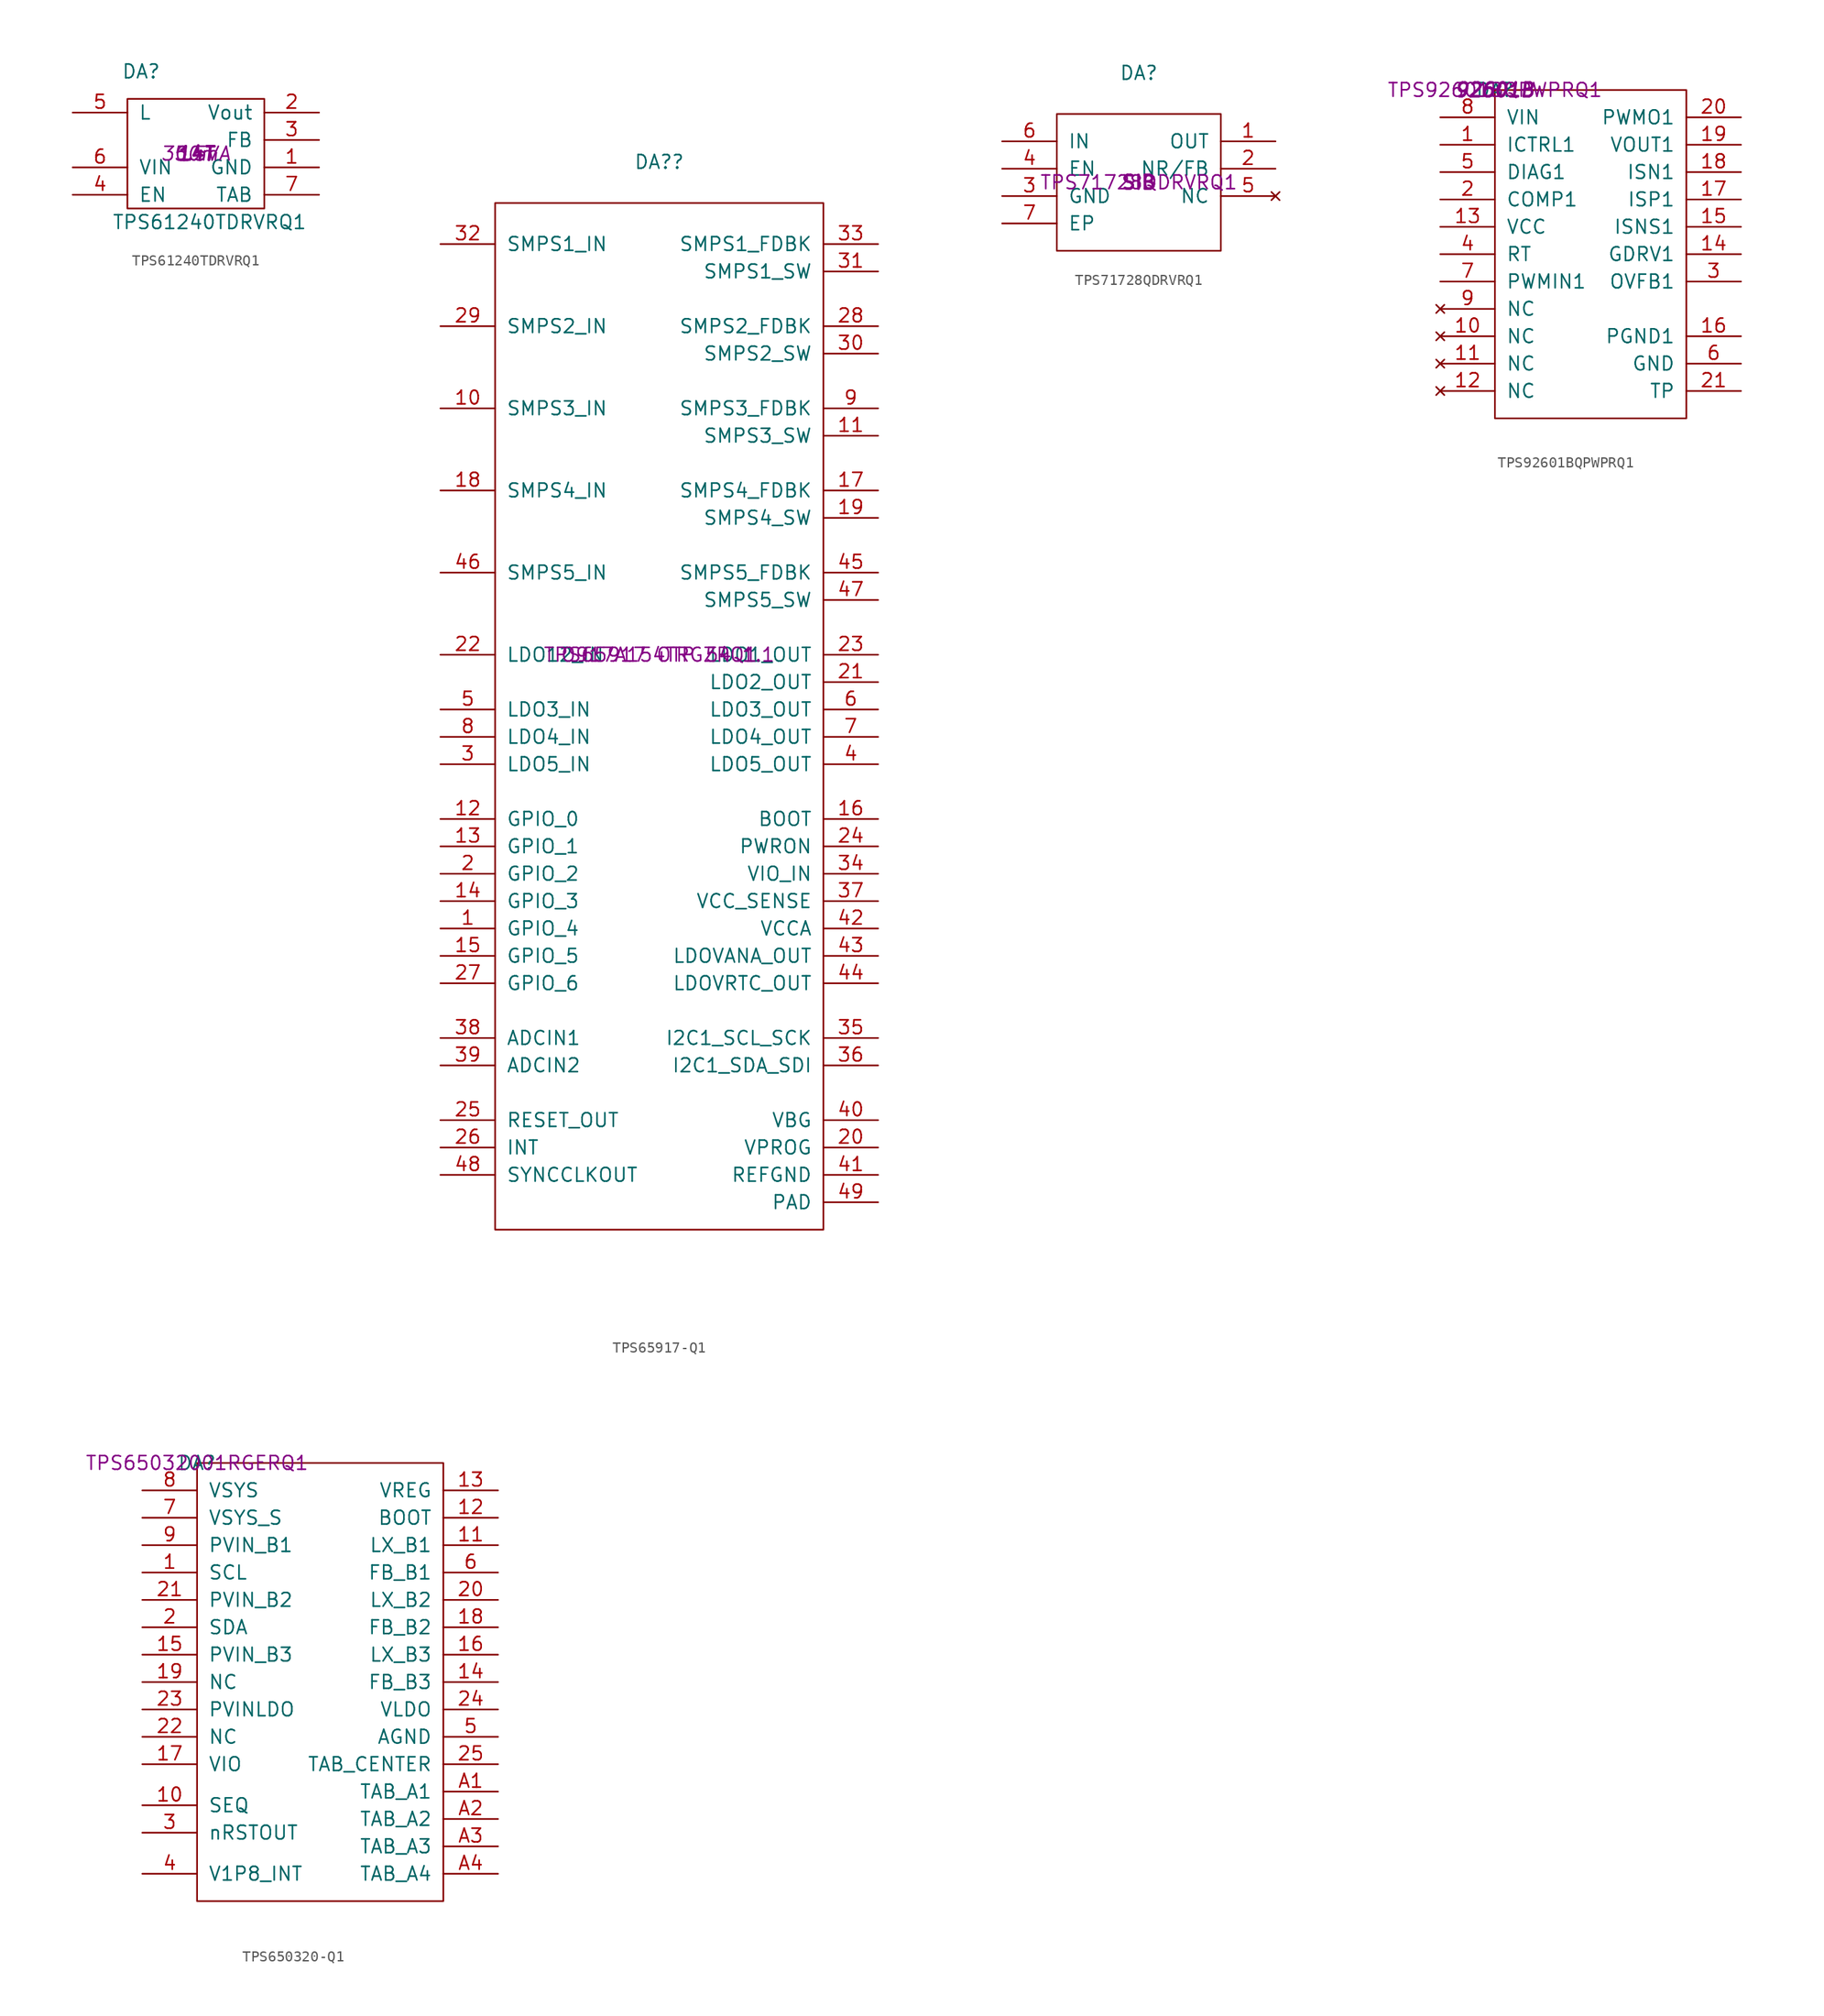
<source format=kicad_sym>
(kicad_symbol_lib
  (version 20211014)
  (generator kicad_symbol_editor)
  (symbol "TPS61240TDRVRQ1"
    (pin_names
      (offset 1.016))
    (property "Reference" "DA"
      (at -5.08 7.62 0)
      (effects (font (size 1.27 1.27))))
    (property "Value" "TPS61240TDRVRQ1"
      (at 1.27 -6.35 0)
      (effects (font (size 1.27 1.27))))
    (property "Mark" "14T"
      (at 0 0 0)
      (effects (font (size 1.27 1.27) bold italic)))
    (property "Vmax" "5.5V"
      (at 0 0 0)
      (effects (font (size 1.27 1.27) italic)))
    (property "Imax" "300mA"
      (at 0 0 0)
      (effects (font (size 1.27 1.27) italic)))
    (symbol "TPS61240TDRVRQ1_0_0"
      (rectangle (start -6.35 5.08) (end 6.35 -5.08) (stroke (width 0) (type default) (color 0 0 0 0)) (fill (type none))))
    (symbol "TPS61240TDRVRQ1_1_1"
      (pin power_in line (at 11.43 -1.27 180) (length 5.08) (name "GND" (effects (font (size 1.27 1.27)))) (number "1" (effects (font (size 1.27 1.27)))))
      (pin passive line (at 11.43 3.81 180) (length 5.08) (name "Vout" (effects (font (size 1.27 1.27)))) (number "2" (effects (font (size 1.27 1.27)))))
      (pin passive line (at 11.43 1.27 180) (length 5.08) (name "FB" (effects (font (size 1.27 1.27)))) (number "3" (effects (font (size 1.27 1.27)))))
      (pin passive line (at -11.43 -3.81 0) (length 5.08) (name "EN" (effects (font (size 1.27 1.27)))) (number "4" (effects (font (size 1.27 1.27)))))
      (pin passive line (at -11.43 3.81 0) (length 5.08) (name "L" (effects (font (size 1.27 1.27)))) (number "5" (effects (font (size 1.27 1.27)))))
      (pin passive line (at -11.43 -1.27 0) (length 5.08) (name "VIN" (effects (font (size 1.27 1.27)))) (number "6" (effects (font (size 1.27 1.27)))))
      (pin passive line (at 11.43 -3.81 180) (length 5.08) (name "TAB" (effects (font (size 1.27 1.27)))) (number "7" (effects (font (size 1.27 1.27)))))))
  (symbol "TPS65917-Q1"
    (pin_names
      (offset 1.016))
    (property "Reference" "DA?"
      (at 0 45.72 0)
      (effects (font (size 1.27 1.27))))
    (property "p/n" "O917A154TRGZRQ1"
      (at 0 0 0)
      (effects (font (size 1.27 1.27))))
    (property "Mark" "TPS65917 OTP 54 1.1"
      (at 0 0 0)
      (effects (font (size 1.27 1.27))))
    (symbol "TPS65917-Q1_0_1"
      (rectangle (start -15.24 -53.34) (end 15.24 41.91) (stroke (width 0) (type default) (color 0 0 0 0)) (fill (type none))))
    (symbol "TPS65917-Q1_1_1"
      (pin passive line (at -20.32 -25.4 0) (length 5.08) (name "GPIO_4" (effects (font (size 1.27 1.27)))) (number "1" (effects (font (size 1.27 1.27)))))
      (pin passive line (at -20.32 22.86 0) (length 5.08) (name "SMPS3_IN" (effects (font (size 1.27 1.27)))) (number "10" (effects (font (size 1.27 1.27)))))
      (pin passive line (at 20.32 20.32 180) (length 5.08) (name "SMPS3_SW" (effects (font (size 1.27 1.27)))) (number "11" (effects (font (size 1.27 1.27)))))
      (pin passive line (at -20.32 -15.24 0) (length 5.08) (name "GPIO_0" (effects (font (size 1.27 1.27)))) (number "12" (effects (font (size 1.27 1.27)))))
      (pin passive line (at -20.32 -17.78 0) (length 5.08) (name "GPIO_1" (effects (font (size 1.27 1.27)))) (number "13" (effects (font (size 1.27 1.27)))))
      (pin passive line (at -20.32 -22.86 0) (length 5.08) (name "GPIO_3" (effects (font (size 1.27 1.27)))) (number "14" (effects (font (size 1.27 1.27)))))
      (pin passive line (at -20.32 -27.94 0) (length 5.08) (name "GPIO_5" (effects (font (size 1.27 1.27)))) (number "15" (effects (font (size 1.27 1.27)))))
      (pin passive line (at 20.32 -15.24 180) (length 5.08) (name "BOOT" (effects (font (size 1.27 1.27)))) (number "16" (effects (font (size 1.27 1.27)))))
      (pin passive line (at 20.32 15.24 180) (length 5.08) (name "SMPS4_FDBK" (effects (font (size 1.27 1.27)))) (number "17" (effects (font (size 1.27 1.27)))))
      (pin passive line (at -20.32 15.24 0) (length 5.08) (name "SMPS4_IN" (effects (font (size 1.27 1.27)))) (number "18" (effects (font (size 1.27 1.27)))))
      (pin passive line (at 20.32 12.7 180) (length 5.08) (name "SMPS4_SW" (effects (font (size 1.27 1.27)))) (number "19" (effects (font (size 1.27 1.27)))))
      (pin passive line (at -20.32 -20.32 0) (length 5.08) (name "GPIO_2" (effects (font (size 1.27 1.27)))) (number "2" (effects (font (size 1.27 1.27)))))
      (pin passive line (at 20.32 -45.72 180) (length 5.08) (name "VPROG" (effects (font (size 1.27 1.27)))) (number "20" (effects (font (size 1.27 1.27)))))
      (pin passive line (at 20.32 -2.54 180) (length 5.08) (name "LDO2_OUT" (effects (font (size 1.27 1.27)))) (number "21" (effects (font (size 1.27 1.27)))))
      (pin passive line (at -20.32 0 0) (length 5.08) (name "LDO12_IN" (effects (font (size 1.27 1.27)))) (number "22" (effects (font (size 1.27 1.27)))))
      (pin passive line (at 20.32 0 180) (length 5.08) (name "LDO1_OUT" (effects (font (size 1.27 1.27)))) (number "23" (effects (font (size 1.27 1.27)))))
      (pin passive line (at 20.32 -17.78 180) (length 5.08) (name "PWRON" (effects (font (size 1.27 1.27)))) (number "24" (effects (font (size 1.27 1.27)))))
      (pin passive line (at -20.32 -43.18 0) (length 5.08) (name "RESET_OUT" (effects (font (size 1.27 1.27)))) (number "25" (effects (font (size 1.27 1.27)))))
      (pin passive line (at -20.32 -45.72 0) (length 5.08) (name "INT" (effects (font (size 1.27 1.27)))) (number "26" (effects (font (size 1.27 1.27)))))
      (pin passive line (at -20.32 -30.48 0) (length 5.08) (name "GPIO_6" (effects (font (size 1.27 1.27)))) (number "27" (effects (font (size 1.27 1.27)))))
      (pin passive line (at 20.32 30.48 180) (length 5.08) (name "SMPS2_FDBK" (effects (font (size 1.27 1.27)))) (number "28" (effects (font (size 1.27 1.27)))))
      (pin passive line (at -20.32 30.48 0) (length 5.08) (name "SMPS2_IN" (effects (font (size 1.27 1.27)))) (number "29" (effects (font (size 1.27 1.27)))))
      (pin passive line (at -20.32 -10.16 0) (length 5.08) (name "LDO5_IN" (effects (font (size 1.27 1.27)))) (number "3" (effects (font (size 1.27 1.27)))))
      (pin passive line (at 20.32 27.94 180) (length 5.08) (name "SMPS2_SW" (effects (font (size 1.27 1.27)))) (number "30" (effects (font (size 1.27 1.27)))))
      (pin passive line (at 20.32 35.56 180) (length 5.08) (name "SMPS1_SW" (effects (font (size 1.27 1.27)))) (number "31" (effects (font (size 1.27 1.27)))))
      (pin passive line (at -20.32 38.1 0) (length 5.08) (name "SMPS1_IN" (effects (font (size 1.27 1.27)))) (number "32" (effects (font (size 1.27 1.27)))))
      (pin passive line (at 20.32 38.1 180) (length 5.08) (name "SMPS1_FDBK" (effects (font (size 1.27 1.27)))) (number "33" (effects (font (size 1.27 1.27)))))
      (pin passive line (at 20.32 -20.32 180) (length 5.08) (name "VIO_IN" (effects (font (size 1.27 1.27)))) (number "34" (effects (font (size 1.27 1.27)))))
      (pin passive line (at 20.32 -35.56 180) (length 5.08) (name "I2C1_SCL_SCK" (effects (font (size 1.27 1.27)))) (number "35" (effects (font (size 1.27 1.27)))))
      (pin passive line (at 20.32 -38.1 180) (length 5.08) (name "I2C1_SDA_SDI" (effects (font (size 1.27 1.27)))) (number "36" (effects (font (size 1.27 1.27)))))
      (pin passive line (at 20.32 -22.86 180) (length 5.08) (name "VCC_SENSE" (effects (font (size 1.27 1.27)))) (number "37" (effects (font (size 1.27 1.27)))))
      (pin passive line (at -20.32 -35.56 0) (length 5.08) (name "ADCIN1" (effects (font (size 1.27 1.27)))) (number "38" (effects (font (size 1.27 1.27)))))
      (pin passive line (at -20.32 -38.1 0) (length 5.08) (name "ADCIN2" (effects (font (size 1.27 1.27)))) (number "39" (effects (font (size 1.27 1.27)))))
      (pin passive line (at 20.32 -10.16 180) (length 5.08) (name "LDO5_OUT" (effects (font (size 1.27 1.27)))) (number "4" (effects (font (size 1.27 1.27)))))
      (pin passive line (at 20.32 -43.18 180) (length 5.08) (name "VBG" (effects (font (size 1.27 1.27)))) (number "40" (effects (font (size 1.27 1.27)))))
      (pin passive line (at 20.32 -48.26 180) (length 5.08) (name "REFGND" (effects (font (size 1.27 1.27)))) (number "41" (effects (font (size 1.27 1.27)))))
      (pin passive line (at 20.32 -25.4 180) (length 5.08) (name "VCCA" (effects (font (size 1.27 1.27)))) (number "42" (effects (font (size 1.27 1.27)))))
      (pin passive line (at 20.32 -27.94 180) (length 5.08) (name "LDOVANA_OUT" (effects (font (size 1.27 1.27)))) (number "43" (effects (font (size 1.27 1.27)))))
      (pin passive line (at 20.32 -30.48 180) (length 5.08) (name "LDOVRTC_OUT" (effects (font (size 1.27 1.27)))) (number "44" (effects (font (size 1.27 1.27)))))
      (pin passive line (at 20.32 7.62 180) (length 5.08) (name "SMPS5_FDBK" (effects (font (size 1.27 1.27)))) (number "45" (effects (font (size 1.27 1.27)))))
      (pin passive line (at -20.32 7.62 0) (length 5.08) (name "SMPS5_IN" (effects (font (size 1.27 1.27)))) (number "46" (effects (font (size 1.27 1.27)))))
      (pin passive line (at 20.32 5.08 180) (length 5.08) (name "SMPS5_SW" (effects (font (size 1.27 1.27)))) (number "47" (effects (font (size 1.27 1.27)))))
      (pin passive line (at -20.32 -48.26 0) (length 5.08) (name "SYNCCLKOUT" (effects (font (size 1.27 1.27)))) (number "48" (effects (font (size 1.27 1.27)))))
      (pin passive line (at 20.32 -50.8 180) (length 5.08) (name "PAD" (effects (font (size 1.27 1.27)))) (number "49" (effects (font (size 1.27 1.27)))))
      (pin passive line (at -20.32 -5.08 0) (length 5.08) (name "LDO3_IN" (effects (font (size 1.27 1.27)))) (number "5" (effects (font (size 1.27 1.27)))))
      (pin passive line (at 20.32 -5.08 180) (length 5.08) (name "LDO3_OUT" (effects (font (size 1.27 1.27)))) (number "6" (effects (font (size 1.27 1.27)))))
      (pin passive line (at 20.32 -7.62 180) (length 5.08) (name "LDO4_OUT" (effects (font (size 1.27 1.27)))) (number "7" (effects (font (size 1.27 1.27)))))
      (pin passive line (at -20.32 -7.62 0) (length 5.08) (name "LDO4_IN" (effects (font (size 1.27 1.27)))) (number "8" (effects (font (size 1.27 1.27)))))
      (pin passive line (at 20.32 22.86 180) (length 5.08) (name "SMPS3_FDBK" (effects (font (size 1.27 1.27)))) (number "9" (effects (font (size 1.27 1.27)))))))
  (symbol "TPS71728QDRVRQ1"
    (pin_names
      (offset 1.016))
    (property "Reference" "DA"
      (at 0 10.16 0)
      (effects (font (size 1.27 1.27))))
    (property "p/n" "TPS71728QDRVRQ1"
      (at 0 0 0)
      (effects (font (size 1.27 1.27))))
    (property "Mark" "SIB"
      (at 0 0 0)
      (effects (font (size 1.27 1.27) bold)))
    (symbol "TPS71728QDRVRQ1_0_1"
      (rectangle (start -7.62 6.35) (end 7.62 -6.35) (stroke (width 0) (type default) (color 0 0 0 0)) (fill (type none))))
    (symbol "TPS71728QDRVRQ1_1_1"
      (pin passive line (at 12.7 3.81 180) (length 5.08) (name "OUT" (effects (font (size 1.27 1.27)))) (number "1" (effects (font (size 1.27 1.27)))))
      (pin passive line (at 12.7 1.27 180) (length 5.08) (name "NR/FB" (effects (font (size 1.27 1.27)))) (number "2" (effects (font (size 1.27 1.27)))))
      (pin passive line (at -12.7 -1.27 0) (length 5.08) (name "GND" (effects (font (size 1.27 1.27)))) (number "3" (effects (font (size 1.27 1.27)))))
      (pin passive line (at -12.7 1.27 0) (length 5.08) (name "EN" (effects (font (size 1.27 1.27)))) (number "4" (effects (font (size 1.27 1.27)))))
      (pin no_connect line (at 12.7 -1.27 180) (length 5.08) (name "NC" (effects (font (size 1.27 1.27)))) (number "5" (effects (font (size 1.27 1.27)))))
      (pin passive line (at -12.7 3.81 0) (length 5.08) (name "IN" (effects (font (size 1.27 1.27)))) (number "6" (effects (font (size 1.27 1.27)))))
      (pin passive line (at -12.7 -3.81 0) (length 5.08) (name "EP" (effects (font (size 1.27 1.27)))) (number "7" (effects (font (size 1.27 1.27)))))))
  (symbol "TPS92601BQPWPRQ1"
    (pin_names
      (offset 1.016))
    (property "Reference" "DA"
      (at 0 0 0)
      (effects (font (size 1.27 1.27))))
    (property "p/n" "TPS92601BQPWPRQ1"
      (at 0 0 0)
      (effects (font (size 1.27 1.27))))
    (property "Mark" "92601B"
      (at 0 0 0)
      (effects (font (size 1.27 1.27) bold italic)))
    (symbol "TPS92601BQPWPRQ1_0_1"
      (rectangle (start 0 0) (end 17.78 -30.48) (stroke (width 0) (type default) (color 0 0 0 0)) (fill (type none))))
    (symbol "TPS92601BQPWPRQ1_1_1"
      (pin passive line (at -5.08 -5.08 0) (length 5.08) (name "ICTRL1" (effects (font (size 1.27 1.27)))) (number "1" (effects (font (size 1.27 1.27)))))
      (pin no_connect line (at -5.08 -22.86 0) (length 5.08) (name "NC" (effects (font (size 1.27 1.27)))) (number "10" (effects (font (size 1.27 1.27)))))
      (pin no_connect line (at -5.08 -25.4 0) (length 5.08) (name "NC" (effects (font (size 1.27 1.27)))) (number "11" (effects (font (size 1.27 1.27)))))
      (pin no_connect line (at -5.08 -27.94 0) (length 5.08) (name "NC" (effects (font (size 1.27 1.27)))) (number "12" (effects (font (size 1.27 1.27)))))
      (pin passive line (at -5.08 -12.7 0) (length 5.08) (name "VCC" (effects (font (size 1.27 1.27)))) (number "13" (effects (font (size 1.27 1.27)))))
      (pin passive line (at 22.86 -15.24 180) (length 5.08) (name "GDRV1" (effects (font (size 1.27 1.27)))) (number "14" (effects (font (size 1.27 1.27)))))
      (pin passive line (at 22.86 -12.7 180) (length 5.08) (name "ISNS1" (effects (font (size 1.27 1.27)))) (number "15" (effects (font (size 1.27 1.27)))))
      (pin passive line (at 22.86 -22.86 180) (length 5.08) (name "PGND1" (effects (font (size 1.27 1.27)))) (number "16" (effects (font (size 1.27 1.27)))))
      (pin passive line (at 22.86 -10.16 180) (length 5.08) (name "ISP1" (effects (font (size 1.27 1.27)))) (number "17" (effects (font (size 1.27 1.27)))))
      (pin passive line (at 22.86 -7.62 180) (length 5.08) (name "ISN1" (effects (font (size 1.27 1.27)))) (number "18" (effects (font (size 1.27 1.27)))))
      (pin passive line (at 22.86 -5.08 180) (length 5.08) (name "VOUT1" (effects (font (size 1.27 1.27)))) (number "19" (effects (font (size 1.27 1.27)))))
      (pin passive line (at -5.08 -10.16 0) (length 5.08) (name "COMP1" (effects (font (size 1.27 1.27)))) (number "2" (effects (font (size 1.27 1.27)))))
      (pin passive line (at 22.86 -2.54 180) (length 5.08) (name "PWMO1" (effects (font (size 1.27 1.27)))) (number "20" (effects (font (size 1.27 1.27)))))
      (pin passive line (at 22.86 -27.94 180) (length 5.08) (name "TP" (effects (font (size 1.27 1.27)))) (number "21" (effects (font (size 1.27 1.27)))))
      (pin passive line (at 22.86 -17.78 180) (length 5.08) (name "OVFB1" (effects (font (size 1.27 1.27)))) (number "3" (effects (font (size 1.27 1.27)))))
      (pin passive line (at -5.08 -15.24 0) (length 5.08) (name "RT" (effects (font (size 1.27 1.27)))) (number "4" (effects (font (size 1.27 1.27)))))
      (pin passive line (at -5.08 -7.62 0) (length 5.08) (name "DIAG1" (effects (font (size 1.27 1.27)))) (number "5" (effects (font (size 1.27 1.27)))))
      (pin passive line (at 22.86 -25.4 180) (length 5.08) (name "GND" (effects (font (size 1.27 1.27)))) (number "6" (effects (font (size 1.27 1.27)))))
      (pin passive line (at -5.08 -17.78 0) (length 5.08) (name "PWMIN1" (effects (font (size 1.27 1.27)))) (number "7" (effects (font (size 1.27 1.27)))))
      (pin passive line (at -5.08 -2.54 0) (length 5.08) (name "VIN" (effects (font (size 1.27 1.27)))) (number "8" (effects (font (size 1.27 1.27)))))
      (pin no_connect line (at -5.08 -20.32 0) (length 5.08) (name "NC" (effects (font (size 1.27 1.27)))) (number "9" (effects (font (size 1.27 1.27)))))))
  (symbol "TPS650320-Q1"
    (pin_names
      (offset 1.016))
    (property "Reference" "DA"
      (at 0 0 0)
      (effects (font (size 1.27 1.27))))
    (property "p/n" "TPS65032001RGERQ1"
      (at 0 0 0)
      (effects (font (size 1.27 1.27))))
    (symbol "TPS650320-Q1_0_1"
      (rectangle (start 0 0) (end 22.86 -40.64) (stroke (width 0) (type default) (color 0 0 0 0)) (fill (type none))))
    (symbol "TPS650320-Q1_1_1"
      (pin passive line (at -5.08 -10.16 0) (length 5.08) (name "SCL" (effects (font (size 1.27 1.27)))) (number "1" (effects (font (size 1.27 1.27)))))
      (pin passive line (at -5.08 -31.75 0) (length 5.08) (name "SEQ" (effects (font (size 1.27 1.27)))) (number "10" (effects (font (size 1.27 1.27)))))
      (pin passive line (at 27.94 -7.62 180) (length 5.08) (name "LX_B1" (effects (font (size 1.27 1.27)))) (number "11" (effects (font (size 1.27 1.27)))))
      (pin passive line (at 27.94 -5.08 180) (length 5.08) (name "BOOT" (effects (font (size 1.27 1.27)))) (number "12" (effects (font (size 1.27 1.27)))))
      (pin passive line (at 27.94 -2.54 180) (length 5.08) (name "VREG" (effects (font (size 1.27 1.27)))) (number "13" (effects (font (size 1.27 1.27)))))
      (pin passive line (at 27.94 -20.32 180) (length 5.08) (name "FB_B3" (effects (font (size 1.27 1.27)))) (number "14" (effects (font (size 1.27 1.27)))))
      (pin passive line (at -5.08 -17.78 0) (length 5.08) (name "PVIN_B3" (effects (font (size 1.27 1.27)))) (number "15" (effects (font (size 1.27 1.27)))))
      (pin passive line (at 27.94 -17.78 180) (length 5.08) (name "LX_B3" (effects (font (size 1.27 1.27)))) (number "16" (effects (font (size 1.27 1.27)))))
      (pin passive line (at -5.08 -27.94 0) (length 5.08) (name "VIO" (effects (font (size 1.27 1.27)))) (number "17" (effects (font (size 1.27 1.27)))))
      (pin passive line (at 27.94 -15.24 180) (length 5.08) (name "FB_B2" (effects (font (size 1.27 1.27)))) (number "18" (effects (font (size 1.27 1.27)))))
      (pin passive line (at -5.08 -20.32 0) (length 5.08) (name "NC" (effects (font (size 1.27 1.27)))) (number "19" (effects (font (size 1.27 1.27)))))
      (pin passive line (at -5.08 -15.24 0) (length 5.08) (name "SDA" (effects (font (size 1.27 1.27)))) (number "2" (effects (font (size 1.27 1.27)))))
      (pin passive line (at 27.94 -12.7 180) (length 5.08) (name "LX_B2" (effects (font (size 1.27 1.27)))) (number "20" (effects (font (size 1.27 1.27)))))
      (pin passive line (at -5.08 -12.7 0) (length 5.08) (name "PVIN_B2" (effects (font (size 1.27 1.27)))) (number "21" (effects (font (size 1.27 1.27)))))
      (pin passive line (at -5.08 -25.4 0) (length 5.08) (name "NC" (effects (font (size 1.27 1.27)))) (number "22" (effects (font (size 1.27 1.27)))))
      (pin passive line (at -5.08 -22.86 0) (length 5.08) (name "PVINLDO" (effects (font (size 1.27 1.27)))) (number "23" (effects (font (size 1.27 1.27)))))
      (pin passive line (at 27.94 -22.86 180) (length 5.08) (name "VLDO" (effects (font (size 1.27 1.27)))) (number "24" (effects (font (size 1.27 1.27)))))
      (pin passive line (at 27.94 -27.94 180) (length 5.08) (name "TAB_CENTER" (effects (font (size 1.27 1.27)))) (number "25" (effects (font (size 1.27 1.27)))))
      (pin passive line (at -5.08 -34.29 0) (length 5.08) (name "nRSTOUT" (effects (font (size 1.27 1.27)))) (number "3" (effects (font (size 1.27 1.27)))))
      (pin passive line (at -5.08 -38.1 0) (length 5.08) (name "V1P8_INT" (effects (font (size 1.27 1.27)))) (number "4" (effects (font (size 1.27 1.27)))))
      (pin passive line (at 27.94 -25.4 180) (length 5.08) (name "AGND" (effects (font (size 1.27 1.27)))) (number "5" (effects (font (size 1.27 1.27)))))
      (pin passive line (at 27.94 -10.16 180) (length 5.08) (name "FB_B1" (effects (font (size 1.27 1.27)))) (number "6" (effects (font (size 1.27 1.27)))))
      (pin passive line (at -5.08 -5.08 0) (length 5.08) (name "VSYS_S" (effects (font (size 1.27 1.27)))) (number "7" (effects (font (size 1.27 1.27)))))
      (pin passive line (at -5.08 -2.54 0) (length 5.08) (name "VSYS" (effects (font (size 1.27 1.27)))) (number "8" (effects (font (size 1.27 1.27)))))
      (pin passive line (at -5.08 -7.62 0) (length 5.08) (name "PVIN_B1" (effects (font (size 1.27 1.27)))) (number "9" (effects (font (size 1.27 1.27)))))
      (pin passive line (at 27.94 -30.48 180) (length 5.08) (name "TAB_A1" (effects (font (size 1.27 1.27)))) (number "A1" (effects (font (size 1.27 1.27)))))
      (pin passive line (at 27.94 -33.02 180) (length 5.08) (name "TAB_A2" (effects (font (size 1.27 1.27)))) (number "A2" (effects (font (size 1.27 1.27)))))
      (pin passive line (at 27.94 -35.56 180) (length 5.08) (name "TAB_A3" (effects (font (size 1.27 1.27)))) (number "A3" (effects (font (size 1.27 1.27)))))
      (pin passive line (at 27.94 -38.1 180) (length 5.08) (name "TAB_A4" (effects (font (size 1.27 1.27)))) (number "A4" (effects (font (size 1.27 1.27))))))))
</source>
